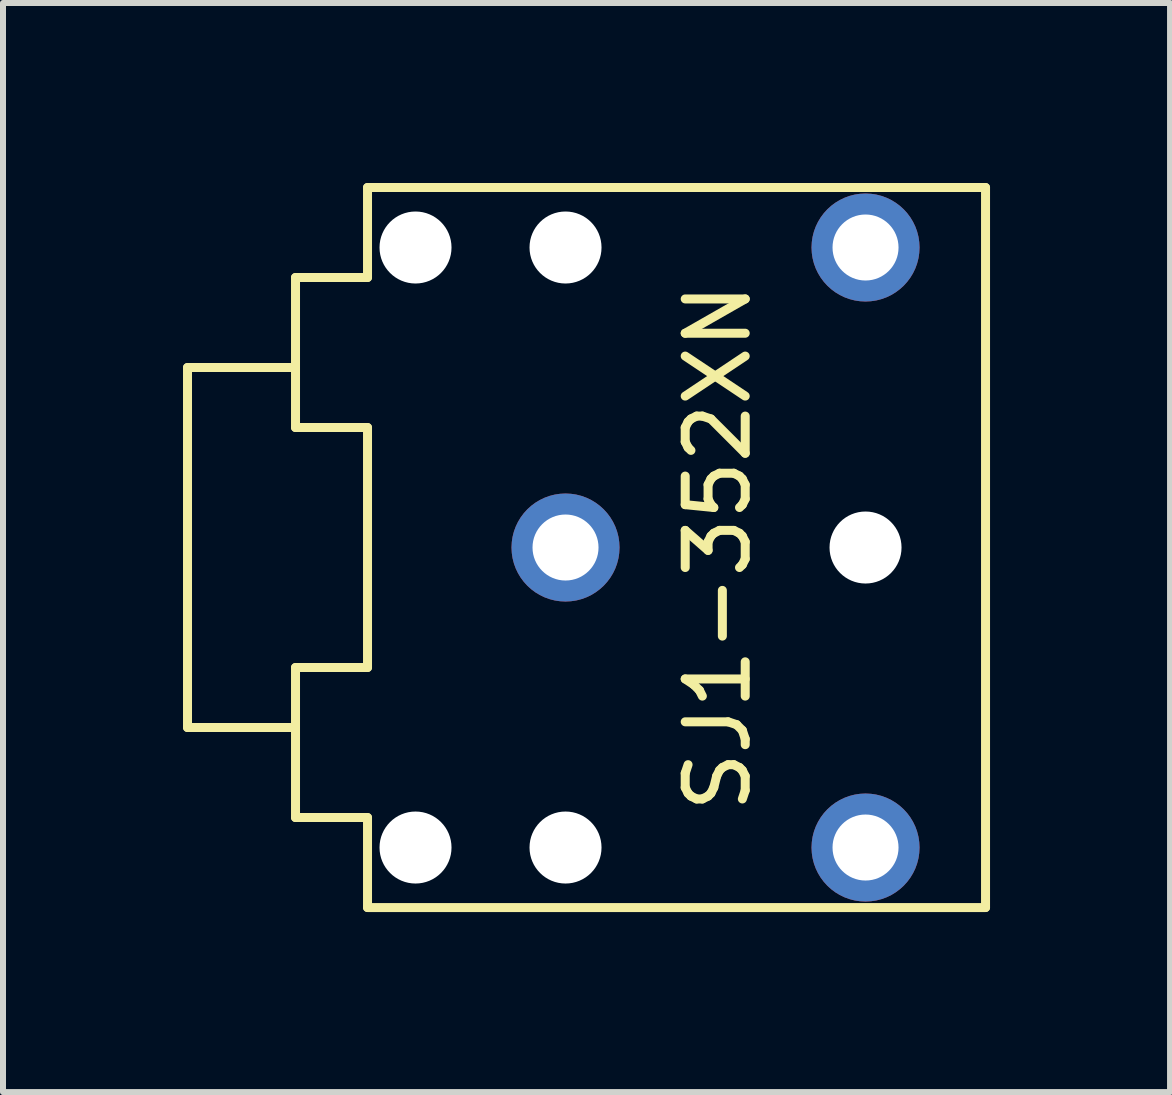
<source format=kicad_pcb>
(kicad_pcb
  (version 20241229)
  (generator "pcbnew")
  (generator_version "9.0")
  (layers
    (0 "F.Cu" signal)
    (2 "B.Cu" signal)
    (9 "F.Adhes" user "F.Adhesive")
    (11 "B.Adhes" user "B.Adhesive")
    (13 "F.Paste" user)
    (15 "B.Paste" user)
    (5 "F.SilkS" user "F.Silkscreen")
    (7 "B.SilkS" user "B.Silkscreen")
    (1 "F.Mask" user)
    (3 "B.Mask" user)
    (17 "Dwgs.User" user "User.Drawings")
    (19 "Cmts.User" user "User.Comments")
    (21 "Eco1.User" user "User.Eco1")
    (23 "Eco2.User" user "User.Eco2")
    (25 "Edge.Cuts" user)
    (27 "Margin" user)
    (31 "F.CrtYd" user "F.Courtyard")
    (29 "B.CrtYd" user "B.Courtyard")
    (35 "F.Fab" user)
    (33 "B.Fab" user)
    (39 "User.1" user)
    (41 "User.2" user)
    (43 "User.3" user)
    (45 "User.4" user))
  (footprint "SJ1-352XN"
    (layer "F.Cu")
    (at 6.375 6.075)
    (property "Reference" "SJ1-352XN" (at 2.54 0 90) (layer "F.SilkS") (effects (font (size 1 1) (thickness 0.15))))
    (attr through_hole)
    (fp_line (start -6.3 -3) (end -6.3 3) (stroke (width 0.15) (type solid)) (layer "F.SilkS"))
    (fp_line (start -6.3 3) (end -4.5 3) (stroke (width 0.15) (type solid)) (layer "F.SilkS"))
    (fp_line (start -4.5 -4.5) (end -3.3 -4.5) (stroke (width 0.15) (type solid)) (layer "F.SilkS"))
    (fp_line (start -4.5 -3) (end -6.3 -3) (stroke (width 0.15) (type solid)) (layer "F.SilkS"))
    (fp_line (start -4.5 -2) (end -4.5 -4.5) (stroke (width 0.15) (type solid)) (layer "F.SilkS"))
    (fp_line (start -4.5 2) (end -3.3 2) (stroke (width 0.15) (type solid)) (layer "F.SilkS"))
    (fp_line (start -4.5 4.5) (end -4.5 2) (stroke (width 0.15) (type solid)) (layer "F.SilkS"))
    (fp_line (start -3.3 -6) (end 7 -6) (stroke (width 0.15) (type solid)) (layer "F.SilkS"))
    (fp_line (start -3.3 -4.5) (end -3.3 -6) (stroke (width 0.15) (type solid)) (layer "F.SilkS"))
    (fp_line (start -3.3 -2) (end -4.5 -2) (stroke (width 0.15) (type solid)) (layer "F.SilkS"))
    (fp_line (start -3.3 2) (end -3.3 -2) (stroke (width 0.15) (type solid)) (layer "F.SilkS"))
    (fp_line (start -3.3 4.5) (end -4.5 4.5) (stroke (width 0.15) (type solid)) (layer "F.SilkS"))
    (fp_line (start -3.3 6) (end -3.3 4.5) (stroke (width 0.15) (type solid)) (layer "F.SilkS"))
    (fp_line (start 7 -6) (end 7 6) (stroke (width 0.15) (type solid)) (layer "F.SilkS"))
    (fp_line (start 7 6) (end -3.3 6) (stroke (width 0.15) (type solid)) (layer "F.SilkS"))
    (pad "" np_thru_hole circle (at -2.5 -5) (size 1.2 1.2) (drill 1.2) (layers "*.Cu" "*.Mask"))
    (pad "" np_thru_hole circle (at -2.5 5) (size 1.2 1.2) (drill 1.2) (layers "*.Cu" "*.Mask"))
    (pad "" np_thru_hole circle (at 0 -5) (size 1.2 1.2) (drill 1.2) (layers "*.Cu" "*.Mask"))
    (pad "" np_thru_hole circle (at 0 5) (size 1.2 1.2) (drill 1.2) (layers "*.Cu" "*.Mask"))
    (pad "" np_thru_hole circle (at 5 0) (size 1.2 1.2) (drill 1.2) (layers "*.Cu" "*.Mask"))
    (pad "1" thru_hole circle (at 0 0) (size 1.8 1.8) (drill 1.1) (layers "*.Cu" "*.Mask"))
    (pad "2" thru_hole circle (at 5 5) (size 1.8 1.8) (drill 1.1) (layers "*.Cu" "*.Mask"))
    (pad "3" thru_hole circle (at 5 -5) (size 1.8 1.8) (drill 1.1) (layers "*.Cu" "*.Mask")))
  (gr_rect
    (start -3 -3)
    (end 16.45 15.15)
    (stroke (width 0.1) (type default))
    (fill no)
    (layer "Edge.Cuts")))
</source>
